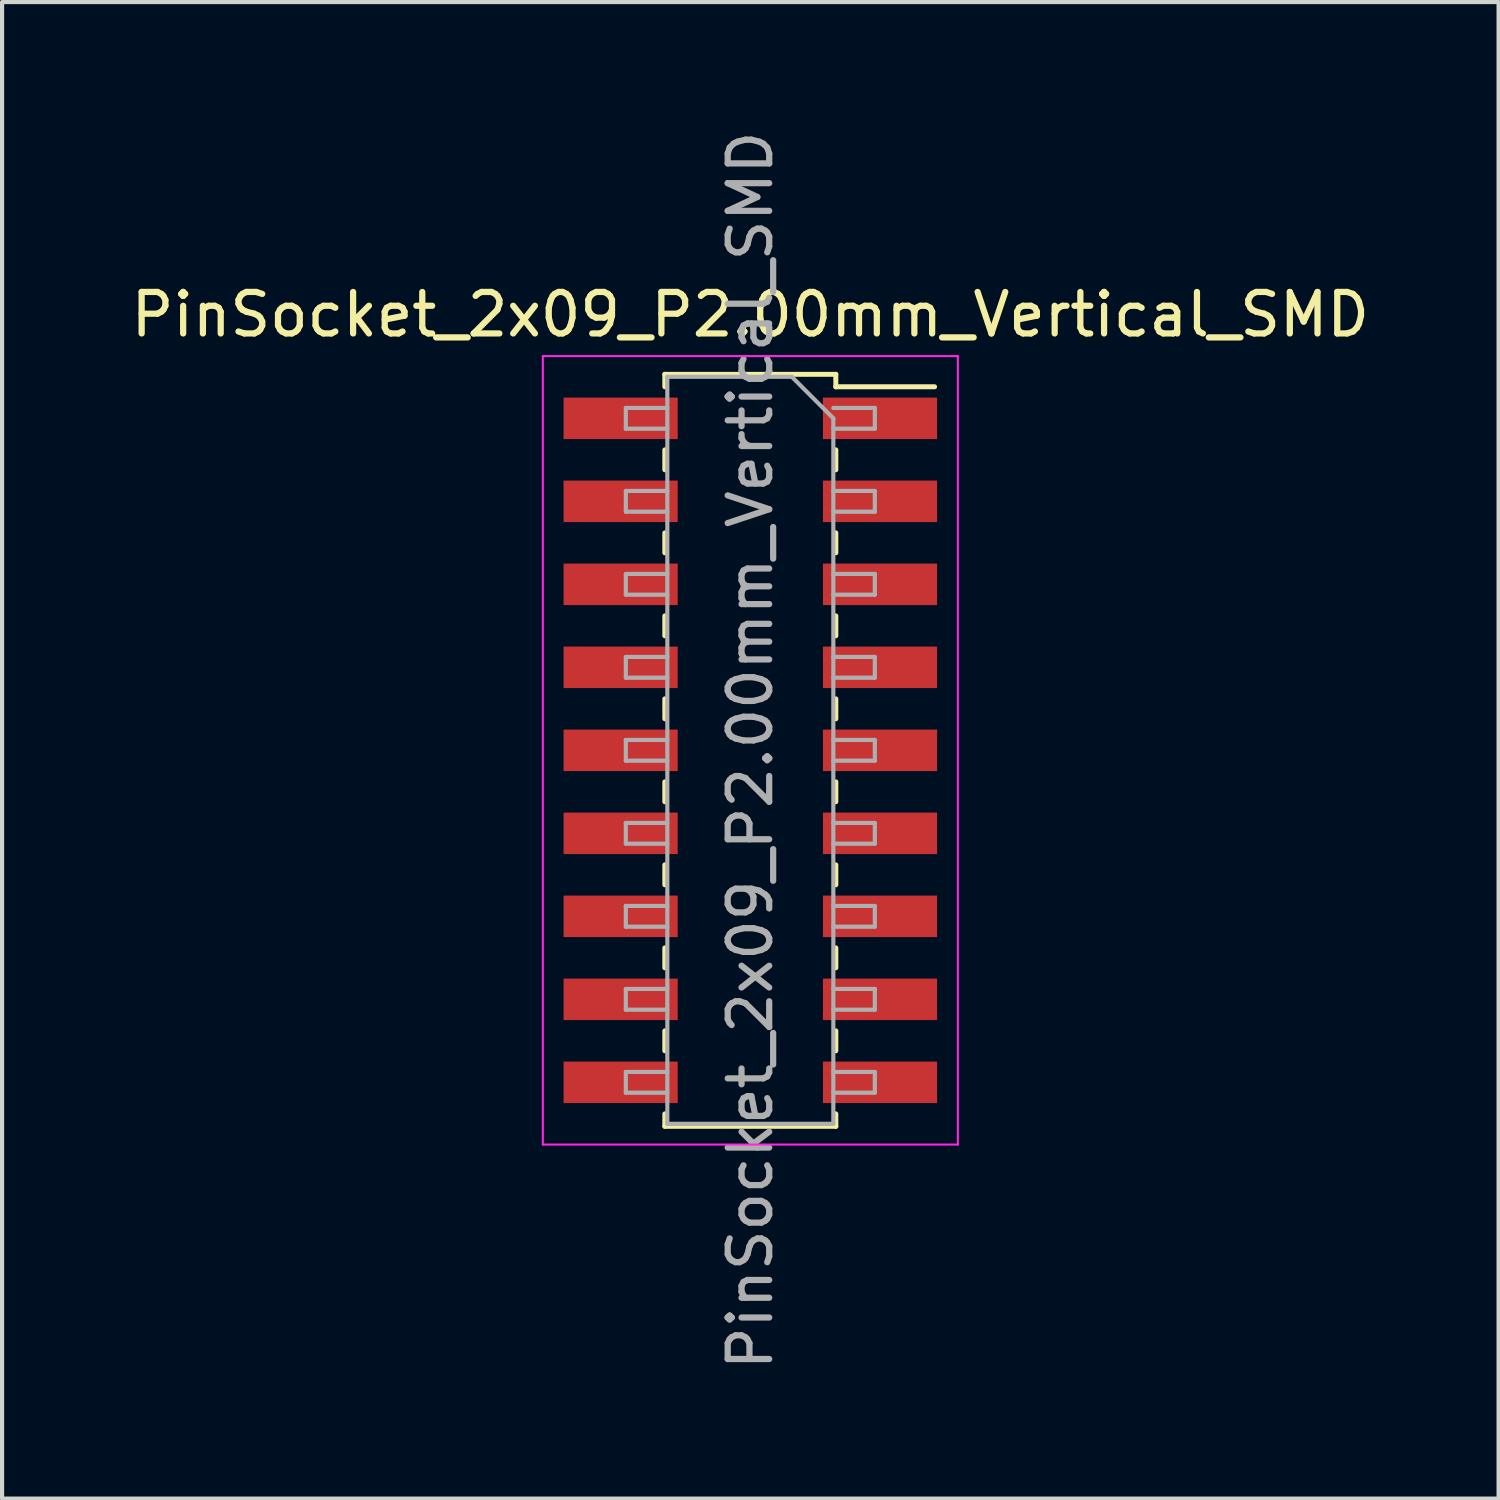
<source format=kicad_pcb>
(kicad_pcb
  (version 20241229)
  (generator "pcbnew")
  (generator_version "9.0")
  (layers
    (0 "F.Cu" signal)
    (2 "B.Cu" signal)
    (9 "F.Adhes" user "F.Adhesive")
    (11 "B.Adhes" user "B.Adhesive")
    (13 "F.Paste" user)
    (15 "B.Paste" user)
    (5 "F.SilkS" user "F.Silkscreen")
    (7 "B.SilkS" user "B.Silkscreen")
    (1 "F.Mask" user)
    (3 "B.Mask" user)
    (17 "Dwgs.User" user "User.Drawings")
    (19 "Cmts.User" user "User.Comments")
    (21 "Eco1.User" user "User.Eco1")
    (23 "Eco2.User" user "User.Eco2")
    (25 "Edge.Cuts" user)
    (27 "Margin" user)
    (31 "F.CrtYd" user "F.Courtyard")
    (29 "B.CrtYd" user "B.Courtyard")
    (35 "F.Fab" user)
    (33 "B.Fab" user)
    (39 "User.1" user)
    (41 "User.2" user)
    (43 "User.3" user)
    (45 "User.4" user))
  (footprint "PinSocket_2x09_P2.00mm_Vertical_SMD"
    (layer "F.Cu")
    (at 15.03 15.03)
    (property "Reference" "PinSocket_2x09_P2.00mm_Vertical_SMD" (at 0 -10.5 0) (layer "F.SilkS") (effects (font (size 1 1) (thickness 0.15))))
    (attr smd)
    (fp_line (start -2.06 -9.06) (end -2.06 -8.76) (stroke (width 0.12) (type solid)) (layer "F.SilkS"))
    (fp_line (start -2.06 -9.06) (end 2.06 -9.06) (stroke (width 0.12) (type solid)) (layer "F.SilkS"))
    (fp_line (start -2.06 -7.24) (end -2.06 -6.76) (stroke (width 0.12) (type solid)) (layer "F.SilkS"))
    (fp_line (start -2.06 -5.24) (end -2.06 -4.76) (stroke (width 0.12) (type solid)) (layer "F.SilkS"))
    (fp_line (start -2.06 -3.24) (end -2.06 -2.76) (stroke (width 0.12) (type solid)) (layer "F.SilkS"))
    (fp_line (start -2.06 -1.24) (end -2.06 -0.76) (stroke (width 0.12) (type solid)) (layer "F.SilkS"))
    (fp_line (start -2.06 0.76) (end -2.06 1.24) (stroke (width 0.12) (type solid)) (layer "F.SilkS"))
    (fp_line (start -2.06 2.76) (end -2.06 3.24) (stroke (width 0.12) (type solid)) (layer "F.SilkS"))
    (fp_line (start -2.06 4.76) (end -2.06 5.24) (stroke (width 0.12) (type solid)) (layer "F.SilkS"))
    (fp_line (start -2.06 6.76) (end -2.06 7.24) (stroke (width 0.12) (type solid)) (layer "F.SilkS"))
    (fp_line (start -2.06 8.76) (end -2.06 9.06) (stroke (width 0.12) (type solid)) (layer "F.SilkS"))
    (fp_line (start -2.06 9.06) (end 2.06 9.06) (stroke (width 0.12) (type solid)) (layer "F.SilkS"))
    (fp_line (start 2.06 -9.06) (end 2.06 -8.76) (stroke (width 0.12) (type solid)) (layer "F.SilkS"))
    (fp_line (start 2.06 -8.76) (end 4.44 -8.76) (stroke (width 0.12) (type solid)) (layer "F.SilkS"))
    (fp_line (start 2.06 -7.24) (end 2.06 -6.76) (stroke (width 0.12) (type solid)) (layer "F.SilkS"))
    (fp_line (start 2.06 -5.24) (end 2.06 -4.76) (stroke (width 0.12) (type solid)) (layer "F.SilkS"))
    (fp_line (start 2.06 -3.24) (end 2.06 -2.76) (stroke (width 0.12) (type solid)) (layer "F.SilkS"))
    (fp_line (start 2.06 -1.24) (end 2.06 -0.76) (stroke (width 0.12) (type solid)) (layer "F.SilkS"))
    (fp_line (start 2.06 0.76) (end 2.06 1.24) (stroke (width 0.12) (type solid)) (layer "F.SilkS"))
    (fp_line (start 2.06 2.76) (end 2.06 3.24) (stroke (width 0.12) (type solid)) (layer "F.SilkS"))
    (fp_line (start 2.06 4.76) (end 2.06 5.24) (stroke (width 0.12) (type solid)) (layer "F.SilkS"))
    (fp_line (start 2.06 6.76) (end 2.06 7.24) (stroke (width 0.12) (type solid)) (layer "F.SilkS"))
    (fp_line (start 2.06 8.76) (end 2.06 9.06) (stroke (width 0.12) (type solid)) (layer "F.SilkS"))
    (fp_line (start -5 -9.5) (end 5 -9.5) (stroke (width 0.05) (type solid)) (layer "F.CrtYd"))
    (fp_line (start -5 9.5) (end -5 -9.5) (stroke (width 0.05) (type solid)) (layer "F.CrtYd"))
    (fp_line (start 5 -9.5) (end 5 9.5) (stroke (width 0.05) (type solid)) (layer "F.CrtYd"))
    (fp_line (start 5 9.5) (end -5 9.5) (stroke (width 0.05) (type solid)) (layer "F.CrtYd"))
    (fp_line (start -3 -8.25) (end -2 -8.25) (stroke (width 0.1) (type solid)) (layer "F.Fab"))
    (fp_line (start -3 -7.75) (end -3 -8.25) (stroke (width 0.1) (type solid)) (layer "F.Fab"))
    (fp_line (start -3 -6.25) (end -2 -6.25) (stroke (width 0.1) (type solid)) (layer "F.Fab"))
    (fp_line (start -3 -5.75) (end -3 -6.25) (stroke (width 0.1) (type solid)) (layer "F.Fab"))
    (fp_line (start -3 -4.25) (end -2 -4.25) (stroke (width 0.1) (type solid)) (layer "F.Fab"))
    (fp_line (start -3 -3.75) (end -3 -4.25) (stroke (width 0.1) (type solid)) (layer "F.Fab"))
    (fp_line (start -3 -2.25) (end -2 -2.25) (stroke (width 0.1) (type solid)) (layer "F.Fab"))
    (fp_line (start -3 -1.75) (end -3 -2.25) (stroke (width 0.1) (type solid)) (layer "F.Fab"))
    (fp_line (start -3 -0.25) (end -2 -0.25) (stroke (width 0.1) (type solid)) (layer "F.Fab"))
    (fp_line (start -3 0.25) (end -3 -0.25) (stroke (width 0.1) (type solid)) (layer "F.Fab"))
    (fp_line (start -3 1.75) (end -2 1.75) (stroke (width 0.1) (type solid)) (layer "F.Fab"))
    (fp_line (start -3 2.25) (end -3 1.75) (stroke (width 0.1) (type solid)) (layer "F.Fab"))
    (fp_line (start -3 3.75) (end -2 3.75) (stroke (width 0.1) (type solid)) (layer "F.Fab"))
    (fp_line (start -3 4.25) (end -3 3.75) (stroke (width 0.1) (type solid)) (layer "F.Fab"))
    (fp_line (start -3 5.75) (end -2 5.75) (stroke (width 0.1) (type solid)) (layer "F.Fab"))
    (fp_line (start -3 6.25) (end -3 5.75) (stroke (width 0.1) (type solid)) (layer "F.Fab"))
    (fp_line (start -3 7.75) (end -2 7.75) (stroke (width 0.1) (type solid)) (layer "F.Fab"))
    (fp_line (start -3 8.25) (end -3 7.75) (stroke (width 0.1) (type solid)) (layer "F.Fab"))
    (fp_line (start -2 -9) (end 1 -9) (stroke (width 0.1) (type solid)) (layer "F.Fab"))
    (fp_line (start -2 -7.75) (end -3 -7.75) (stroke (width 0.1) (type solid)) (layer "F.Fab"))
    (fp_line (start -2 -5.75) (end -3 -5.75) (stroke (width 0.1) (type solid)) (layer "F.Fab"))
    (fp_line (start -2 -3.75) (end -3 -3.75) (stroke (width 0.1) (type solid)) (layer "F.Fab"))
    (fp_line (start -2 -1.75) (end -3 -1.75) (stroke (width 0.1) (type solid)) (layer "F.Fab"))
    (fp_line (start -2 0.25) (end -3 0.25) (stroke (width 0.1) (type solid)) (layer "F.Fab"))
    (fp_line (start -2 2.25) (end -3 2.25) (stroke (width 0.1) (type solid)) (layer "F.Fab"))
    (fp_line (start -2 4.25) (end -3 4.25) (stroke (width 0.1) (type solid)) (layer "F.Fab"))
    (fp_line (start -2 6.25) (end -3 6.25) (stroke (width 0.1) (type solid)) (layer "F.Fab"))
    (fp_line (start -2 8.25) (end -3 8.25) (stroke (width 0.1) (type solid)) (layer "F.Fab"))
    (fp_line (start -2 9) (end -2 -9) (stroke (width 0.1) (type solid)) (layer "F.Fab"))
    (fp_line (start 1 -9) (end 2 -8) (stroke (width 0.1) (type solid)) (layer "F.Fab"))
    (fp_line (start 2 -8.25) (end 3 -8.25) (stroke (width 0.1) (type solid)) (layer "F.Fab"))
    (fp_line (start 2 -8) (end 2 9) (stroke (width 0.1) (type solid)) (layer "F.Fab"))
    (fp_line (start 2 -6.25) (end 3 -6.25) (stroke (width 0.1) (type solid)) (layer "F.Fab"))
    (fp_line (start 2 -4.25) (end 3 -4.25) (stroke (width 0.1) (type solid)) (layer "F.Fab"))
    (fp_line (start 2 -2.25) (end 3 -2.25) (stroke (width 0.1) (type solid)) (layer "F.Fab"))
    (fp_line (start 2 -0.25) (end 3 -0.25) (stroke (width 0.1) (type solid)) (layer "F.Fab"))
    (fp_line (start 2 1.75) (end 3 1.75) (stroke (width 0.1) (type solid)) (layer "F.Fab"))
    (fp_line (start 2 3.75) (end 3 3.75) (stroke (width 0.1) (type solid)) (layer "F.Fab"))
    (fp_line (start 2 5.75) (end 3 5.75) (stroke (width 0.1) (type solid)) (layer "F.Fab"))
    (fp_line (start 2 7.75) (end 3 7.75) (stroke (width 0.1) (type solid)) (layer "F.Fab"))
    (fp_line (start 2 9) (end -2 9) (stroke (width 0.1) (type solid)) (layer "F.Fab"))
    (fp_line (start 3 -8.25) (end 3 -7.75) (stroke (width 0.1) (type solid)) (layer "F.Fab"))
    (fp_line (start 3 -7.75) (end 2 -7.75) (stroke (width 0.1) (type solid)) (layer "F.Fab"))
    (fp_line (start 3 -6.25) (end 3 -5.75) (stroke (width 0.1) (type solid)) (layer "F.Fab"))
    (fp_line (start 3 -5.75) (end 2 -5.75) (stroke (width 0.1) (type solid)) (layer "F.Fab"))
    (fp_line (start 3 -4.25) (end 3 -3.75) (stroke (width 0.1) (type solid)) (layer "F.Fab"))
    (fp_line (start 3 -3.75) (end 2 -3.75) (stroke (width 0.1) (type solid)) (layer "F.Fab"))
    (fp_line (start 3 -2.25) (end 3 -1.75) (stroke (width 0.1) (type solid)) (layer "F.Fab"))
    (fp_line (start 3 -1.75) (end 2 -1.75) (stroke (width 0.1) (type solid)) (layer "F.Fab"))
    (fp_line (start 3 -0.25) (end 3 0.25) (stroke (width 0.1) (type solid)) (layer "F.Fab"))
    (fp_line (start 3 0.25) (end 2 0.25) (stroke (width 0.1) (type solid)) (layer "F.Fab"))
    (fp_line (start 3 1.75) (end 3 2.25) (stroke (width 0.1) (type solid)) (layer "F.Fab"))
    (fp_line (start 3 2.25) (end 2 2.25) (stroke (width 0.1) (type solid)) (layer "F.Fab"))
    (fp_line (start 3 3.75) (end 3 4.25) (stroke (width 0.1) (type solid)) (layer "F.Fab"))
    (fp_line (start 3 4.25) (end 2 4.25) (stroke (width 0.1) (type solid)) (layer "F.Fab"))
    (fp_line (start 3 5.75) (end 3 6.25) (stroke (width 0.1) (type solid)) (layer "F.Fab"))
    (fp_line (start 3 6.25) (end 2 6.25) (stroke (width 0.1) (type solid)) (layer "F.Fab"))
    (fp_line (start 3 7.75) (end 3 8.25) (stroke (width 0.1) (type solid)) (layer "F.Fab"))
    (fp_line (start 3 8.25) (end 2 8.25) (stroke (width 0.1) (type solid)) (layer "F.Fab"))
    (fp_text user "${REFERENCE}" (at 0 0 90) (layer "F.Fab") (effects (font (size 1 1) (thickness 0.15))))
    (pad "1" smd rect (at 3.125 -8) (size 2.75 1) (layers "F.Cu" "F.Mask" "F.Paste"))
    (pad "2" smd rect (at -3.125 -8) (size 2.75 1) (layers "F.Cu" "F.Mask" "F.Paste"))
    (pad "3" smd rect (at 3.125 -6) (size 2.75 1) (layers "F.Cu" "F.Mask" "F.Paste"))
    (pad "4" smd rect (at -3.125 -6) (size 2.75 1) (layers "F.Cu" "F.Mask" "F.Paste"))
    (pad "5" smd rect (at 3.125 -4) (size 2.75 1) (layers "F.Cu" "F.Mask" "F.Paste"))
    (pad "6" smd rect (at -3.125 -4) (size 2.75 1) (layers "F.Cu" "F.Mask" "F.Paste"))
    (pad "7" smd rect (at 3.125 -2) (size 2.75 1) (layers "F.Cu" "F.Mask" "F.Paste"))
    (pad "8" smd rect (at -3.125 -2) (size 2.75 1) (layers "F.Cu" "F.Mask" "F.Paste"))
    (pad "9" smd rect (at 3.125 0) (size 2.75 1) (layers "F.Cu" "F.Mask" "F.Paste"))
    (pad "10" smd rect (at -3.125 0) (size 2.75 1) (layers "F.Cu" "F.Mask" "F.Paste"))
    (pad "11" smd rect (at 3.125 2) (size 2.75 1) (layers "F.Cu" "F.Mask" "F.Paste"))
    (pad "12" smd rect (at -3.125 2) (size 2.75 1) (layers "F.Cu" "F.Mask" "F.Paste"))
    (pad "13" smd rect (at 3.125 4) (size 2.75 1) (layers "F.Cu" "F.Mask" "F.Paste"))
    (pad "14" smd rect (at -3.125 4) (size 2.75 1) (layers "F.Cu" "F.Mask" "F.Paste"))
    (pad "15" smd rect (at 3.125 6) (size 2.75 1) (layers "F.Cu" "F.Mask" "F.Paste"))
    (pad "16" smd rect (at -3.125 6) (size 2.75 1) (layers "F.Cu" "F.Mask" "F.Paste"))
    (pad "17" smd rect (at 3.125 8) (size 2.75 1) (layers "F.Cu" "F.Mask" "F.Paste"))
    (pad "18" smd rect (at -3.125 8) (size 2.75 1) (layers "F.Cu" "F.Mask" "F.Paste")))
  (gr_rect
    (start -3 -3)
    (end 33.06 33.06)
    (stroke (width 0.1) (type default))
    (fill no)
    (layer "Edge.Cuts")))
</source>
